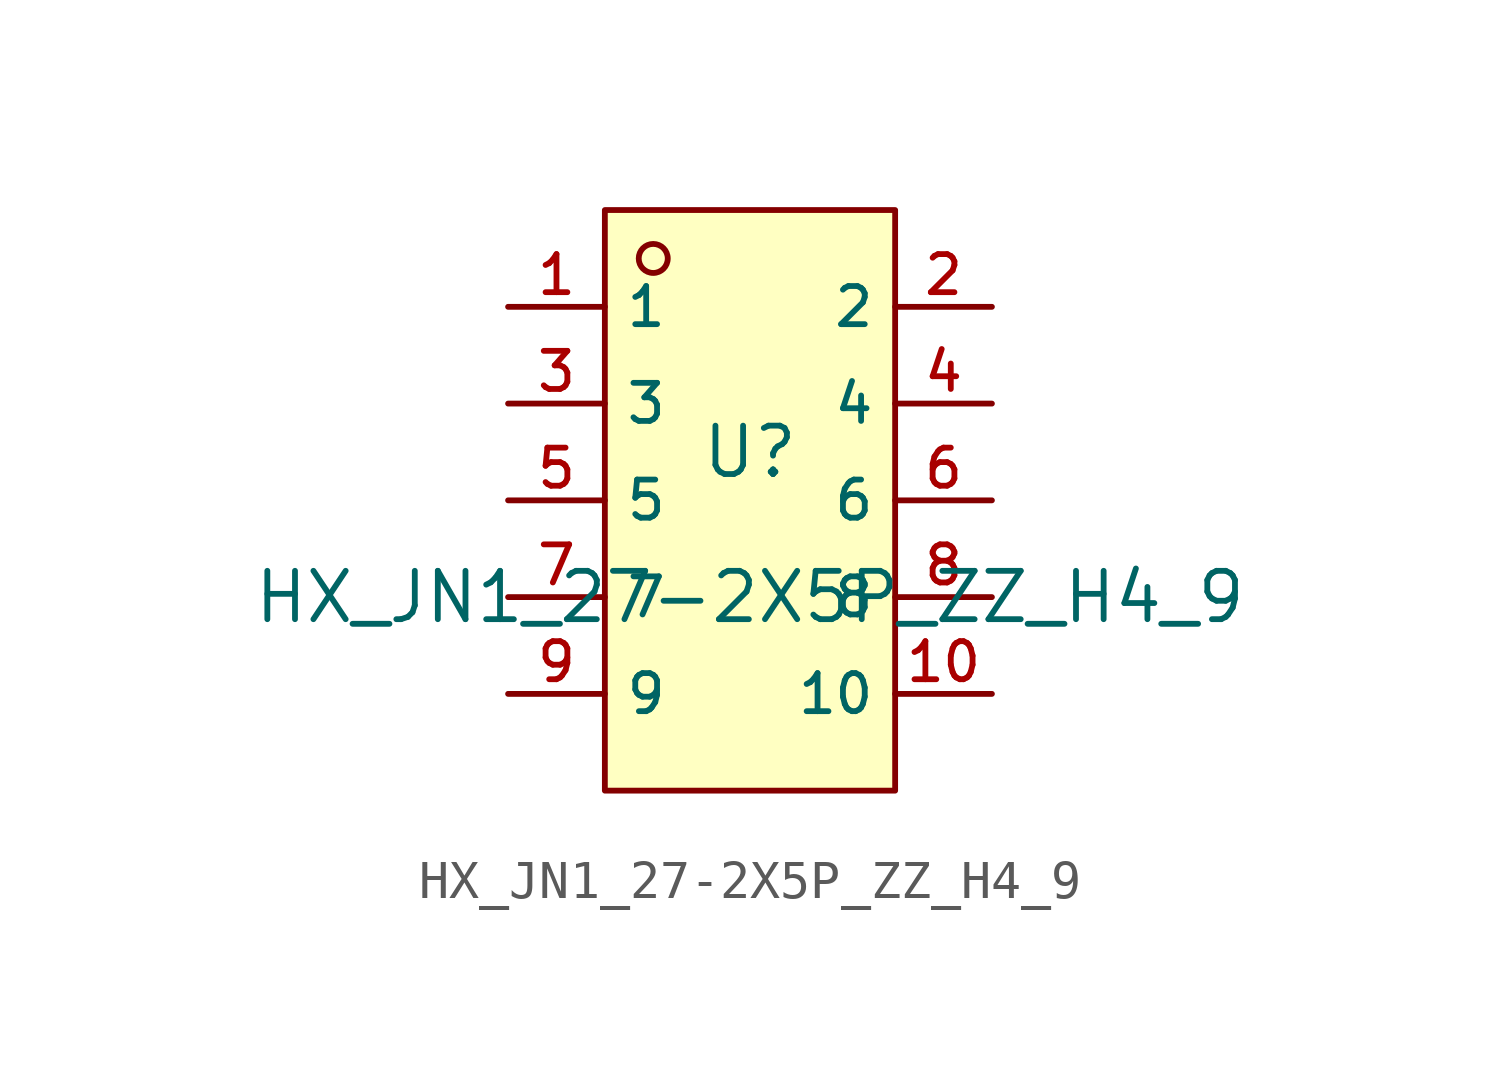
<source format=kicad_sym>
(kicad_symbol_lib
  (version 20241209)
  (generator "kicad_symbol_editor")
  (generator_version "9.0")
  (symbol "HX_JN1_27-2X5P_ZZ_H4_9"
    (property "Reference" "U"
      (at 0 1.27 0)
      (effects (font (size 1.27 1.27))))
    (property "Value" "HX_JN1_27-2X5P_ZZ_H4_9"
      (at 0 -2.54 0)
      (effects (font (size 1.27 1.27))))
    (symbol "HX_JN1_27-2X5P_ZZ_H4_9_0_1"
      (rectangle (start -3.81 7.62) (end 3.81 -7.62) (stroke (width 0) (type default)) (fill (type background)))
      (circle (center -2.54 6.35) (radius 0.381) (stroke (width 0) (type default)) (fill (type background)))
      (pin unspecified line (at -6.35 5.08 0) (length 2.54) (name "1" (effects (font (size 1 1)))) (number "1" (effects (font (size 1 1)))))
      (pin unspecified line (at -6.35 2.54 0) (length 2.54) (name "3" (effects (font (size 1 1)))) (number "3" (effects (font (size 1 1)))))
      (pin unspecified line (at -6.35 0 0) (length 2.54) (name "5" (effects (font (size 1 1)))) (number "5" (effects (font (size 1 1)))))
      (pin unspecified line (at -6.35 -2.54 0) (length 2.54) (name "7" (effects (font (size 1 1)))) (number "7" (effects (font (size 1 1)))))
      (pin unspecified line (at -6.35 -5.08 0) (length 2.54) (name "9" (effects (font (size 1 1)))) (number "9" (effects (font (size 1 1)))))
      (pin unspecified line (at 6.35 5.08 180) (length 2.54) (name "2" (effects (font (size 1 1)))) (number "2" (effects (font (size 1 1)))))
      (pin unspecified line (at 6.35 2.54 180) (length 2.54) (name "4" (effects (font (size 1 1)))) (number "4" (effects (font (size 1 1)))))
      (pin unspecified line (at 6.35 0 180) (length 2.54) (name "6" (effects (font (size 1 1)))) (number "6" (effects (font (size 1 1)))))
      (pin unspecified line (at 6.35 -2.54 180) (length 2.54) (name "8" (effects (font (size 1 1)))) (number "8" (effects (font (size 1 1)))))
      (pin unspecified line (at 6.35 -5.08 180) (length 2.54) (name "10" (effects (font (size 1 1)))) (number "10" (effects (font (size 1 1))))))))
</source>
